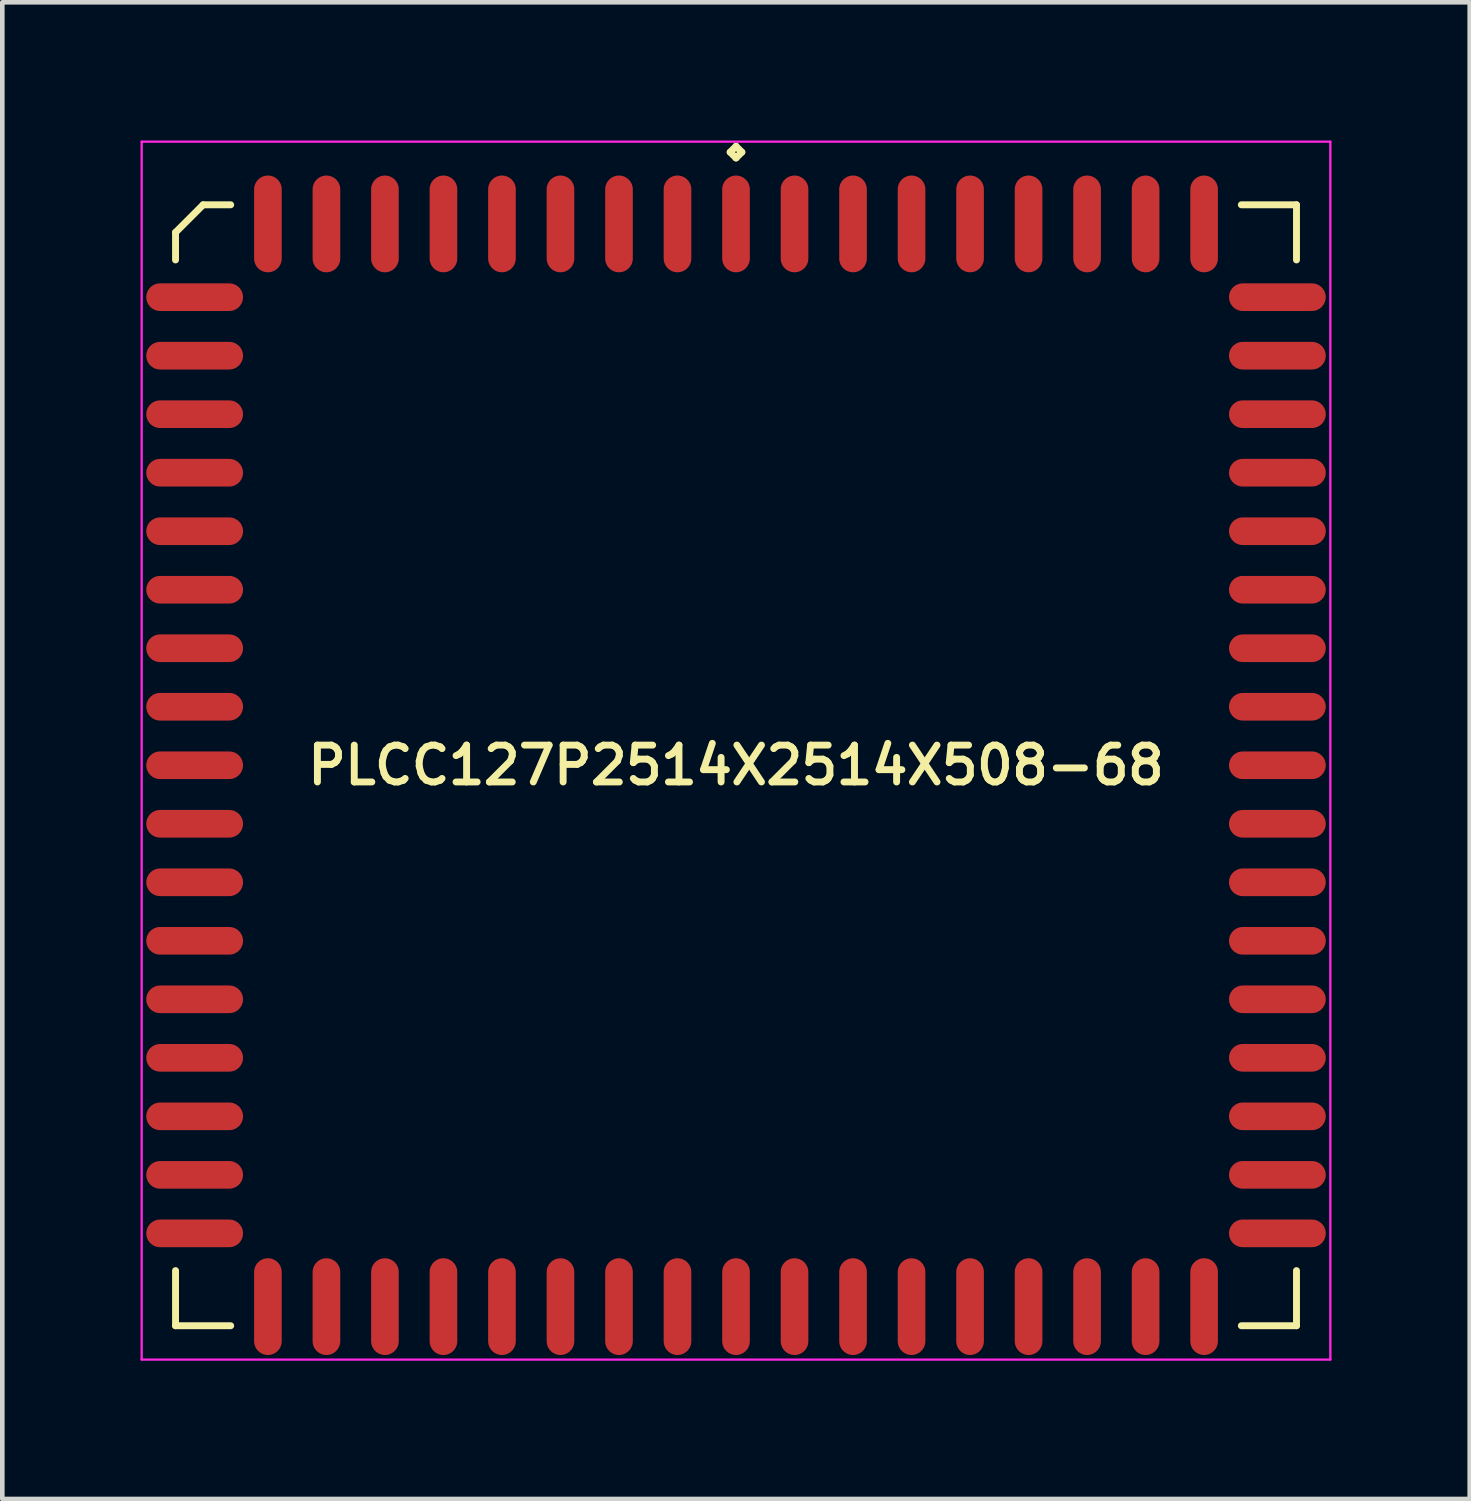
<source format=kicad_pcb>
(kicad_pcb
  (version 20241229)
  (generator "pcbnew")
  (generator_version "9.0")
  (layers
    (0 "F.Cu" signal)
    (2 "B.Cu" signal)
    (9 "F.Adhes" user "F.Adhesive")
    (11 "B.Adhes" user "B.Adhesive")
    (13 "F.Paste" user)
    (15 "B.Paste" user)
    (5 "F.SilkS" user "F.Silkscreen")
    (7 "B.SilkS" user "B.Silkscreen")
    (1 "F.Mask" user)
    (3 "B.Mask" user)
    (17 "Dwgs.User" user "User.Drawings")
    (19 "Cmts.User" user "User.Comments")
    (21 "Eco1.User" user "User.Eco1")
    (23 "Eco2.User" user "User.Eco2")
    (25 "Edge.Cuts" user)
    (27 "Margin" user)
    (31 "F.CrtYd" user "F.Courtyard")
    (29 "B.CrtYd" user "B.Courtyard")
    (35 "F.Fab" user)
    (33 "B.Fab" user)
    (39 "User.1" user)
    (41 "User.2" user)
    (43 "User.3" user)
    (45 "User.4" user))
  (footprint "PLCC127P2514X2514X508-68"
    (layer "F.Cu")
    (at 12.925 13.56)
    (property "Reference" "PLCC127P2514X2514X508-68" (at 0 0 0) (layer "F.SilkS") (effects (font (size 0.8 0.8) (thickness 0.15))))
    (attr smd)
    (fp_line (start -12.165 -11.566) (end -11.566 -12.165) (stroke (width 0.15) (type solid)) (layer "F.SilkS"))
    (fp_line (start -12.165 -10.968) (end -12.165 -11.566) (stroke (width 0.15) (type solid)) (layer "F.SilkS"))
    (fp_line (start -12.165 10.968) (end -12.165 12.165) (stroke (width 0.15) (type solid)) (layer "F.SilkS"))
    (fp_line (start -12.165 12.165) (end -10.968 12.165) (stroke (width 0.15) (type solid)) (layer "F.SilkS"))
    (fp_line (start -11.566 -12.165) (end -10.968 -12.165) (stroke (width 0.15) (type solid)) (layer "F.SilkS"))
    (fp_line (start -0.127 -13.308) (end 0 -13.435) (stroke (width 0.15) (type solid)) (layer "F.SilkS"))
    (fp_line (start 0 -13.435) (end 0.127 -13.308) (stroke (width 0.15) (type solid)) (layer "F.SilkS"))
    (fp_line (start 0 -13.181) (end -0.127 -13.308) (stroke (width 0.15) (type solid)) (layer "F.SilkS"))
    (fp_line (start 0.127 -13.308) (end 0 -13.181) (stroke (width 0.15) (type solid)) (layer "F.SilkS"))
    (fp_line (start 12.165 -12.165) (end 10.968 -12.165) (stroke (width 0.15) (type solid)) (layer "F.SilkS"))
    (fp_line (start 12.165 -10.968) (end 12.165 -12.165) (stroke (width 0.15) (type solid)) (layer "F.SilkS"))
    (fp_line (start 12.165 10.968) (end 12.165 12.165) (stroke (width 0.15) (type solid)) (layer "F.SilkS"))
    (fp_line (start 12.165 12.165) (end 10.968 12.165) (stroke (width 0.15) (type solid)) (layer "F.SilkS"))
    (fp_line (start -12.9 -13.535) (end 12.9 -13.535) (stroke (width 0.05) (type solid)) (layer "F.CrtYd"))
    (fp_line (start -12.9 12.9) (end -12.9 -13.535) (stroke (width 0.05) (type solid)) (layer "F.CrtYd"))
    (fp_line (start 12.9 -13.535) (end 12.9 12.9) (stroke (width 0.05) (type solid)) (layer "F.CrtYd"))
    (fp_line (start 12.9 12.9) (end -12.9 12.9) (stroke (width 0.05) (type solid)) (layer "F.CrtYd"))
    (pad "1" smd oval (at 0 -11.75) (size 0.6 2.1) (layers "F.Cu" "F.Mask" "F.Paste"))
    (pad "2" smd oval (at -1.27 -11.75) (size 0.6 2.1) (layers "F.Cu" "F.Mask" "F.Paste"))
    (pad "3" smd oval (at -2.54 -11.75) (size 0.6 2.1) (layers "F.Cu" "F.Mask" "F.Paste"))
    (pad "4" smd oval (at -3.81 -11.75) (size 0.6 2.1) (layers "F.Cu" "F.Mask" "F.Paste"))
    (pad "5" smd oval (at -5.08 -11.75) (size 0.6 2.1) (layers "F.Cu" "F.Mask" "F.Paste"))
    (pad "6" smd oval (at -6.35 -11.75) (size 0.6 2.1) (layers "F.Cu" "F.Mask" "F.Paste"))
    (pad "7" smd oval (at -7.62 -11.75) (size 0.6 2.1) (layers "F.Cu" "F.Mask" "F.Paste"))
    (pad "8" smd oval (at -8.89 -11.75) (size 0.6 2.1) (layers "F.Cu" "F.Mask" "F.Paste"))
    (pad "9" smd oval (at -10.16 -11.75) (size 0.6 2.1) (layers "F.Cu" "F.Mask" "F.Paste"))
    (pad "10" smd oval (at -11.75 -10.16) (size 2.1 0.6) (layers "F.Cu" "F.Mask" "F.Paste"))
    (pad "11" smd oval (at -11.75 -8.89) (size 2.1 0.6) (layers "F.Cu" "F.Mask" "F.Paste"))
    (pad "12" smd oval (at -11.75 -7.62) (size 2.1 0.6) (layers "F.Cu" "F.Mask" "F.Paste"))
    (pad "13" smd oval (at -11.75 -6.35) (size 2.1 0.6) (layers "F.Cu" "F.Mask" "F.Paste"))
    (pad "14" smd oval (at -11.75 -5.08) (size 2.1 0.6) (layers "F.Cu" "F.Mask" "F.Paste"))
    (pad "15" smd oval (at -11.75 -3.81) (size 2.1 0.6) (layers "F.Cu" "F.Mask" "F.Paste"))
    (pad "16" smd oval (at -11.75 -2.54) (size 2.1 0.6) (layers "F.Cu" "F.Mask" "F.Paste"))
    (pad "17" smd oval (at -11.75 -1.27) (size 2.1 0.6) (layers "F.Cu" "F.Mask" "F.Paste"))
    (pad "18" smd oval (at -11.75 0) (size 2.1 0.6) (layers "F.Cu" "F.Mask" "F.Paste"))
    (pad "19" smd oval (at -11.75 1.27) (size 2.1 0.6) (layers "F.Cu" "F.Mask" "F.Paste"))
    (pad "20" smd oval (at -11.75 2.54) (size 2.1 0.6) (layers "F.Cu" "F.Mask" "F.Paste"))
    (pad "21" smd oval (at -11.75 3.81) (size 2.1 0.6) (layers "F.Cu" "F.Mask" "F.Paste"))
    (pad "22" smd oval (at -11.75 5.08) (size 2.1 0.6) (layers "F.Cu" "F.Mask" "F.Paste"))
    (pad "23" smd oval (at -11.75 6.35) (size 2.1 0.6) (layers "F.Cu" "F.Mask" "F.Paste"))
    (pad "24" smd oval (at -11.75 7.62) (size 2.1 0.6) (layers "F.Cu" "F.Mask" "F.Paste"))
    (pad "25" smd oval (at -11.75 8.89) (size 2.1 0.6) (layers "F.Cu" "F.Mask" "F.Paste"))
    (pad "26" smd oval (at -11.75 10.16) (size 2.1 0.6) (layers "F.Cu" "F.Mask" "F.Paste"))
    (pad "27" smd oval (at -10.16 11.75) (size 0.6 2.1) (layers "F.Cu" "F.Mask" "F.Paste"))
    (pad "28" smd oval (at -8.89 11.75) (size 0.6 2.1) (layers "F.Cu" "F.Mask" "F.Paste"))
    (pad "29" smd oval (at -7.62 11.75) (size 0.6 2.1) (layers "F.Cu" "F.Mask" "F.Paste"))
    (pad "30" smd oval (at -6.35 11.75) (size 0.6 2.1) (layers "F.Cu" "F.Mask" "F.Paste"))
    (pad "31" smd oval (at -5.08 11.75) (size 0.6 2.1) (layers "F.Cu" "F.Mask" "F.Paste"))
    (pad "32" smd oval (at -3.81 11.75) (size 0.6 2.1) (layers "F.Cu" "F.Mask" "F.Paste"))
    (pad "33" smd oval (at -2.54 11.75) (size 0.6 2.1) (layers "F.Cu" "F.Mask" "F.Paste"))
    (pad "34" smd oval (at -1.27 11.75) (size 0.6 2.1) (layers "F.Cu" "F.Mask" "F.Paste"))
    (pad "35" smd oval (at 0 11.75) (size 0.6 2.1) (layers "F.Cu" "F.Mask" "F.Paste"))
    (pad "36" smd oval (at 1.27 11.75) (size 0.6 2.1) (layers "F.Cu" "F.Mask" "F.Paste"))
    (pad "37" smd oval (at 2.54 11.75) (size 0.6 2.1) (layers "F.Cu" "F.Mask" "F.Paste"))
    (pad "38" smd oval (at 3.81 11.75) (size 0.6 2.1) (layers "F.Cu" "F.Mask" "F.Paste"))
    (pad "39" smd oval (at 5.08 11.75) (size 0.6 2.1) (layers "F.Cu" "F.Mask" "F.Paste"))
    (pad "40" smd oval (at 6.35 11.75) (size 0.6 2.1) (layers "F.Cu" "F.Mask" "F.Paste"))
    (pad "41" smd oval (at 7.62 11.75) (size 0.6 2.1) (layers "F.Cu" "F.Mask" "F.Paste"))
    (pad "42" smd oval (at 8.89 11.75) (size 0.6 2.1) (layers "F.Cu" "F.Mask" "F.Paste"))
    (pad "43" smd oval (at 10.16 11.75) (size 0.6 2.1) (layers "F.Cu" "F.Mask" "F.Paste"))
    (pad "44" smd oval (at 11.75 10.16) (size 2.1 0.6) (layers "F.Cu" "F.Mask" "F.Paste"))
    (pad "45" smd oval (at 11.75 8.89) (size 2.1 0.6) (layers "F.Cu" "F.Mask" "F.Paste"))
    (pad "46" smd oval (at 11.75 7.62) (size 2.1 0.6) (layers "F.Cu" "F.Mask" "F.Paste"))
    (pad "47" smd oval (at 11.75 6.35) (size 2.1 0.6) (layers "F.Cu" "F.Mask" "F.Paste"))
    (pad "48" smd oval (at 11.75 5.08) (size 2.1 0.6) (layers "F.Cu" "F.Mask" "F.Paste"))
    (pad "49" smd oval (at 11.75 3.81) (size 2.1 0.6) (layers "F.Cu" "F.Mask" "F.Paste"))
    (pad "50" smd oval (at 11.75 2.54) (size 2.1 0.6) (layers "F.Cu" "F.Mask" "F.Paste"))
    (pad "51" smd oval (at 11.75 1.27) (size 2.1 0.6) (layers "F.Cu" "F.Mask" "F.Paste"))
    (pad "52" smd oval (at 11.75 0) (size 2.1 0.6) (layers "F.Cu" "F.Mask" "F.Paste"))
    (pad "53" smd oval (at 11.75 -1.27) (size 2.1 0.6) (layers "F.Cu" "F.Mask" "F.Paste"))
    (pad "54" smd oval (at 11.75 -2.54) (size 2.1 0.6) (layers "F.Cu" "F.Mask" "F.Paste"))
    (pad "55" smd oval (at 11.75 -3.81) (size 2.1 0.6) (layers "F.Cu" "F.Mask" "F.Paste"))
    (pad "56" smd oval (at 11.75 -5.08) (size 2.1 0.6) (layers "F.Cu" "F.Mask" "F.Paste"))
    (pad "57" smd oval (at 11.75 -6.35) (size 2.1 0.6) (layers "F.Cu" "F.Mask" "F.Paste"))
    (pad "58" smd oval (at 11.75 -7.62) (size 2.1 0.6) (layers "F.Cu" "F.Mask" "F.Paste"))
    (pad "59" smd oval (at 11.75 -8.89) (size 2.1 0.6) (layers "F.Cu" "F.Mask" "F.Paste"))
    (pad "60" smd oval (at 11.75 -10.16) (size 2.1 0.6) (layers "F.Cu" "F.Mask" "F.Paste"))
    (pad "61" smd oval (at 10.16 -11.75) (size 0.6 2.1) (layers "F.Cu" "F.Mask" "F.Paste"))
    (pad "62" smd oval (at 8.89 -11.75) (size 0.6 2.1) (layers "F.Cu" "F.Mask" "F.Paste"))
    (pad "63" smd oval (at 7.62 -11.75) (size 0.6 2.1) (layers "F.Cu" "F.Mask" "F.Paste"))
    (pad "64" smd oval (at 6.35 -11.75) (size 0.6 2.1) (layers "F.Cu" "F.Mask" "F.Paste"))
    (pad "65" smd oval (at 5.08 -11.75) (size 0.6 2.1) (layers "F.Cu" "F.Mask" "F.Paste"))
    (pad "66" smd oval (at 3.81 -11.75) (size 0.6 2.1) (layers "F.Cu" "F.Mask" "F.Paste"))
    (pad "67" smd oval (at 2.54 -11.75) (size 0.6 2.1) (layers "F.Cu" "F.Mask" "F.Paste"))
    (pad "68" smd oval (at 1.27 -11.75) (size 0.6 2.1) (layers "F.Cu" "F.Mask" "F.Paste")))
  (gr_rect
    (start -3 -3)
    (end 28.85 29.485)
    (stroke (width 0.1) (type default))
    (fill no)
    (layer "Edge.Cuts")))
</source>
